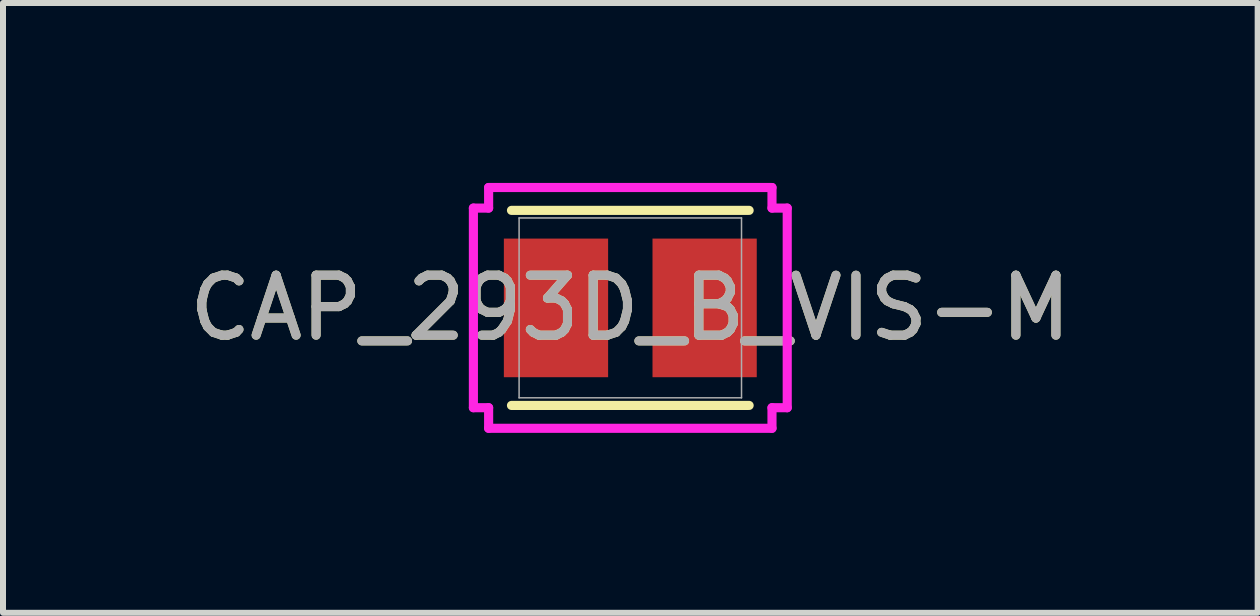
<source format=kicad_pcb>
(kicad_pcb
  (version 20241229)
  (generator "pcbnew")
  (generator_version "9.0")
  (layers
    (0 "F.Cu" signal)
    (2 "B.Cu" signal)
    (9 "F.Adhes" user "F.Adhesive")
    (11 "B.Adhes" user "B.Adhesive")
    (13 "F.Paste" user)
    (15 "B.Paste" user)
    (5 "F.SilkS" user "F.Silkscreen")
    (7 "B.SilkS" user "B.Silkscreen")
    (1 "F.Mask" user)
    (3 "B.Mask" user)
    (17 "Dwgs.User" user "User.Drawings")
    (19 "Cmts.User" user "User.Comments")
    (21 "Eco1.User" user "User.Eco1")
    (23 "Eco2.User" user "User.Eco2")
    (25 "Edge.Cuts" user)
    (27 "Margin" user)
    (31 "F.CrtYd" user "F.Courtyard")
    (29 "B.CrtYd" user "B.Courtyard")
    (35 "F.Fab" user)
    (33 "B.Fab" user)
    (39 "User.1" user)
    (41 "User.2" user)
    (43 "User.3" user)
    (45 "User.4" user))
  (footprint "CAP_293D_B_VIS-M"
    (layer "F.Cu")
    (at 7.458 2.083)
    (property "Reference" "CAP_293D_B_VIS-M" (at 0 0 0) (unlocked yes) (layer "F.SilkS") (effects (font (size 1 1) (thickness 0.15))))
    (attr smd)
    (fp_line (start -1.981 1.626) (end 1.981 1.626) (stroke (width 0.152) (type solid)) (layer "F.SilkS"))
    (fp_line (start 1.981 -1.626) (end -1.981 -1.626) (stroke (width 0.152) (type solid)) (layer "F.SilkS"))
    (fp_line (start -2.616 -1.664) (end -2.362 -1.664) (stroke (width 0.152) (type solid)) (layer "F.CrtYd"))
    (fp_line (start -2.616 1.664) (end -2.616 -1.664) (stroke (width 0.152) (type solid)) (layer "F.CrtYd"))
    (fp_line (start -2.362 -2.007) (end 2.362 -2.007) (stroke (width 0.152) (type solid)) (layer "F.CrtYd"))
    (fp_line (start -2.362 -1.664) (end -2.362 -2.007) (stroke (width 0.152) (type solid)) (layer "F.CrtYd"))
    (fp_line (start -2.362 1.664) (end -2.616 1.664) (stroke (width 0.152) (type solid)) (layer "F.CrtYd"))
    (fp_line (start -2.362 2.007) (end -2.362 1.664) (stroke (width 0.152) (type solid)) (layer "F.CrtYd"))
    (fp_line (start 2.362 -2.007) (end 2.362 -1.664) (stroke (width 0.152) (type solid)) (layer "F.CrtYd"))
    (fp_line (start 2.362 -1.664) (end 2.616 -1.664) (stroke (width 0.152) (type solid)) (layer "F.CrtYd"))
    (fp_line (start 2.362 1.664) (end 2.362 2.007) (stroke (width 0.152) (type solid)) (layer "F.CrtYd"))
    (fp_line (start 2.362 2.007) (end -2.362 2.007) (stroke (width 0.152) (type solid)) (layer "F.CrtYd"))
    (fp_line (start 2.616 -1.664) (end 2.616 1.664) (stroke (width 0.152) (type solid)) (layer "F.CrtYd"))
    (fp_line (start 2.616 1.664) (end 2.362 1.664) (stroke (width 0.152) (type solid)) (layer "F.CrtYd"))
    (fp_line (start -1.854 -1.499) (end -1.854 1.499) (stroke (width 0.025) (type solid)) (layer "F.Fab"))
    (fp_line (start -1.854 1.499) (end 1.854 1.499) (stroke (width 0.025) (type solid)) (layer "F.Fab"))
    (fp_line (start 1.854 -1.499) (end -1.854 -1.499) (stroke (width 0.025) (type solid)) (layer "F.Fab"))
    (fp_line (start 1.854 1.499) (end 1.854 -1.499) (stroke (width 0.025) (type solid)) (layer "F.Fab"))
    (fp_text user "${REFERENCE}" (at 0 0 0) (unlocked yes) (layer "F.Fab") (effects (font (size 1 1) (thickness 0.15))))
    (pad "1" smd rect (at -1.239 0 90) (size 2.311 1.738) (layers "F.Cu" "F.Mask" "F.Paste"))
    (pad "2" smd rect (at 1.239 0 90) (size 2.311 1.738) (layers "F.Cu" "F.Mask" "F.Paste"))
    (zone (net_name "") (layer "F.Cu") (hatch full 0.508) (connect_pads) (min_thickness 0.254) (filled_areas_thickness no) (keepout (tracks not_allowed) (vias not_allowed) (pads allowed) (copperpour not_allowed) (footprints allowed)) (placement (enabled no)) (fill) (polygon (pts (xy 5.655 0.635) (xy 9.262 0.635) (xy 9.262 0.876) (xy 5.655 0.876))))
    (zone (net_name "") (layer "F.Cu") (hatch full 0.508) (connect_pads) (min_thickness 0.254) (filled_areas_thickness no) (keepout (tracks not_allowed) (vias not_allowed) (pads allowed) (copperpour not_allowed) (footprints allowed)) (placement (enabled no)) (fill) (polygon (pts (xy 5.655 3.289) (xy 9.262 3.289) (xy 9.262 3.531) (xy 5.655 3.531))))
    (zone (net_name "") (layer "F.Cu") (hatch full 0.508) (connect_pads) (min_thickness 0.254) (filled_areas_thickness no) (keepout (tracks not_allowed) (vias not_allowed) (pads allowed) (copperpour not_allowed) (footprints allowed)) (placement (enabled no)) (fill) (polygon (pts (xy 7.139 0.876) (xy 7.777 0.876) (xy 7.777 3.289) (xy 7.139 3.289)))))
  (gr_rect
    (start -3 -3)
    (end 17.917 7.166)
    (stroke (width 0.1) (type default))
    (fill no)
    (layer "Edge.Cuts")))
</source>
